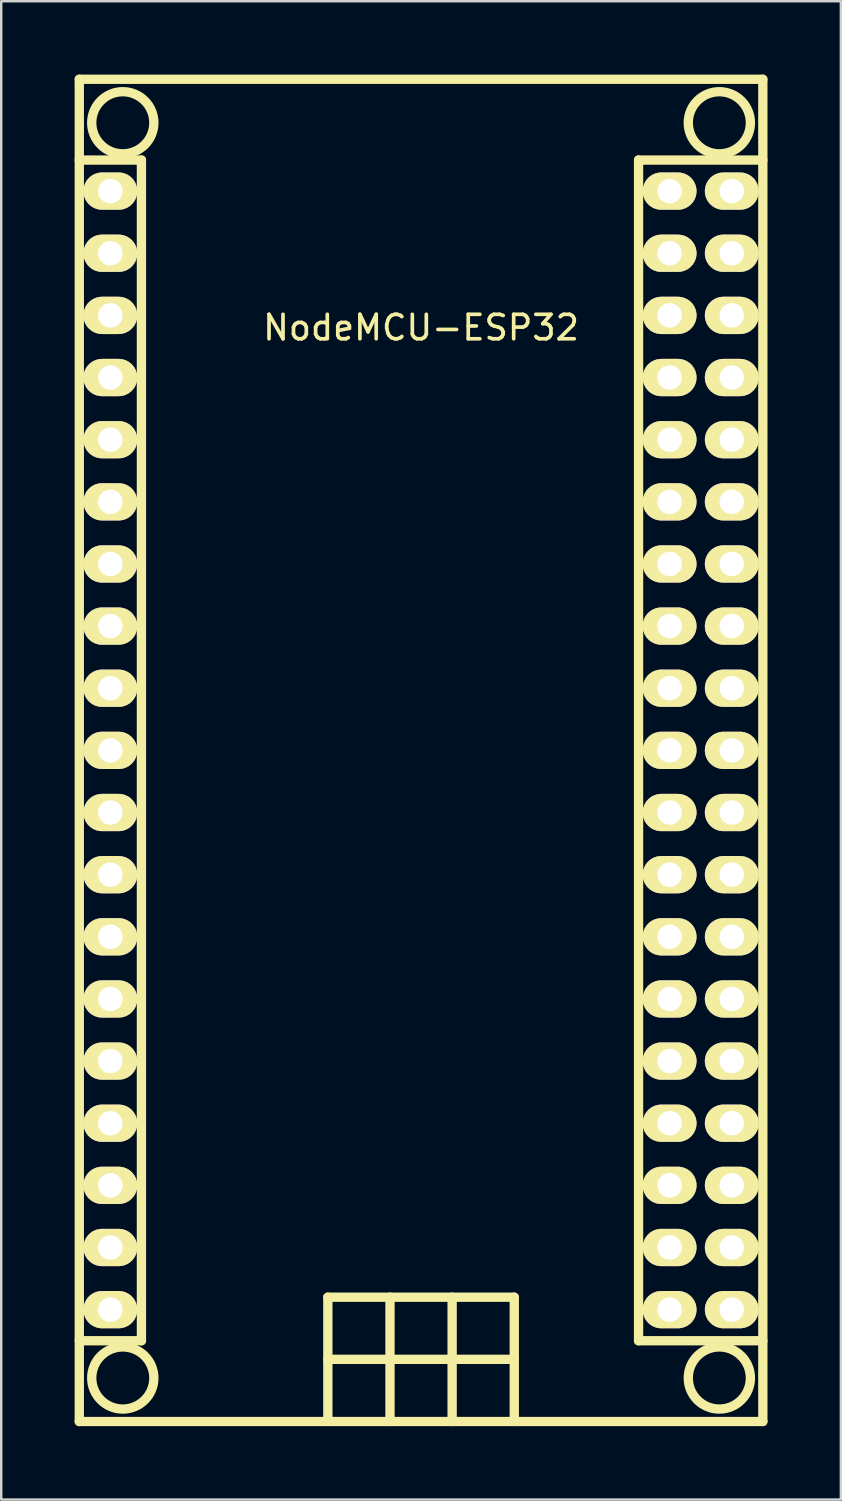
<source format=kicad_pcb>
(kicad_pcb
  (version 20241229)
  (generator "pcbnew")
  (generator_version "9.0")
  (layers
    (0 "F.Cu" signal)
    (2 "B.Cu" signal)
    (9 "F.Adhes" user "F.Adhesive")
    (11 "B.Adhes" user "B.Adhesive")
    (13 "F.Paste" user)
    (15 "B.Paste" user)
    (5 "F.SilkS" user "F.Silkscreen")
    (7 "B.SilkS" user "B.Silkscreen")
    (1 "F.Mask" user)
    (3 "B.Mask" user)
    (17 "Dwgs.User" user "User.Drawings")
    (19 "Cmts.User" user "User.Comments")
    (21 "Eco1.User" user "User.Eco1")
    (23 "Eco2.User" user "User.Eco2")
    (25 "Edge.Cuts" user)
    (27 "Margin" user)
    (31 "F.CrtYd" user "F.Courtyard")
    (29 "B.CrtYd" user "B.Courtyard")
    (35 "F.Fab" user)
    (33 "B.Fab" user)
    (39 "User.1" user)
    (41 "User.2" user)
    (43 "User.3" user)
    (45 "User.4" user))
  (footprint "NodeMCU-ESP32"
    (layer "F.Cu")
    (at 14.161 27.622)
    (property "Reference" "NodeMCU-ESP32" (at 0 -17.28 0) (layer "F.SilkS") (effects (font (size 1 1) (thickness 0.15))))
    (attr through_hole)
    (fp_line (start -13.97 -27.432) (end -13.97 27.432) (stroke (width 0.381) (type solid)) (layer "F.SilkS"))
    (fp_line (start -13.97 24.13) (end -11.43 24.13) (stroke (width 0.381) (type solid)) (layer "F.SilkS"))
    (fp_line (start -13.97 27.432) (end 13.97 27.432) (stroke (width 0.381) (type solid)) (layer "F.SilkS"))
    (fp_line (start -11.43 -24.13) (end -13.97 -24.13) (stroke (width 0.381) (type solid)) (layer "F.SilkS"))
    (fp_line (start -11.43 -23.876) (end -11.43 -24.13) (stroke (width 0.12) (type solid)) (layer "F.SilkS"))
    (fp_line (start -11.43 24.13) (end -11.43 -24.13) (stroke (width 0.381) (type solid)) (layer "F.SilkS"))
    (fp_line (start -3.81 22.352) (end 3.81 22.352) (stroke (width 0.381) (type solid)) (layer "F.SilkS"))
    (fp_line (start -3.81 24.892) (end 3.81 24.892) (stroke (width 0.381) (type solid)) (layer "F.SilkS"))
    (fp_line (start -3.81 27.432) (end -3.81 22.352) (stroke (width 0.381) (type solid)) (layer "F.SilkS"))
    (fp_line (start -1.27 22.352) (end -1.27 27.432) (stroke (width 0.381) (type solid)) (layer "F.SilkS"))
    (fp_line (start 1.27 22.352) (end 1.27 27.432) (stroke (width 0.381) (type solid)) (layer "F.SilkS"))
    (fp_line (start 3.81 22.352) (end 3.81 27.432) (stroke (width 0.381) (type solid)) (layer "F.SilkS"))
    (fp_line (start 8.89 -24.13) (end 8.89 24.13) (stroke (width 0.381) (type solid)) (layer "F.SilkS"))
    (fp_line (start 8.89 24.13) (end 13.97 24.13) (stroke (width 0.381) (type solid)) (layer "F.SilkS"))
    (fp_line (start 13.97 -27.432) (end -13.97 -27.432) (stroke (width 0.381) (type solid)) (layer "F.SilkS"))
    (fp_line (start 13.97 -24.13) (end 8.89 -24.13) (stroke (width 0.381) (type solid)) (layer "F.SilkS"))
    (fp_line (start 13.97 27.432) (end 13.97 -27.432) (stroke (width 0.381) (type solid)) (layer "F.SilkS"))
    (fp_circle (center -12.192 -25.654) (end -10.922 -25.654) (stroke (width 0.381) (type solid)) (fill no) (layer "F.SilkS"))
    (fp_circle (center -12.192 25.654) (end -10.922 25.654) (stroke (width 0.381) (type solid)) (fill no) (layer "F.SilkS"))
    (fp_circle (center 12.192 -25.654) (end 13.462 -25.654) (stroke (width 0.381) (type solid)) (fill no) (layer "F.SilkS"))
    (fp_circle (center 12.192 25.654) (end 13.462 25.654) (stroke (width 0.381) (type solid)) (fill no) (layer "F.SilkS"))
    (pad "1" thru_hole oval (at -12.7 10.16 90) (size 1.524 2.2) (drill 1.001) (layers "*.Cu" "*.Mask" "F.SilkS"))
    (pad "2" thru_hole oval (at -12.7 -22.86 90) (size 1.524 2.2) (drill 1.001) (layers "*.Cu" "*.Mask" "F.SilkS"))
    (pad "3" thru_hole oval (at -12.7 -20.32 90) (size 1.524 2.2) (drill 1.001) (layers "*.Cu" "*.Mask" "F.SilkS"))
    (pad "4" thru_hole oval (at -12.7 -17.78 90) (size 1.524 2.2) (drill 1.001) (layers "*.Cu" "*.Mask" "F.SilkS"))
    (pad "5" thru_hole oval (at -12.7 -15.24 90) (size 1.524 2.2) (drill 1.001) (layers "*.Cu" "*.Mask" "F.SilkS"))
    (pad "6" thru_hole oval (at -12.7 -12.7 90) (size 1.524 2.2) (drill 1.001) (layers "*.Cu" "*.Mask" "F.SilkS"))
    (pad "7" thru_hole oval (at -12.7 -10.16 90) (size 1.524 2.2) (drill 1.001) (layers "*.Cu" "*.Mask" "F.SilkS"))
    (pad "8" thru_hole oval (at -12.7 -7.62 90) (size 1.524 2.2) (drill 1.001) (layers "*.Cu" "*.Mask" "F.SilkS"))
    (pad "9" thru_hole oval (at -12.7 -5.08 90) (size 1.524 2.2) (drill 1.001) (layers "*.Cu" "*.Mask" "F.SilkS"))
    (pad "10" thru_hole oval (at -12.7 -2.54 90) (size 1.524 2.2) (drill 1.001) (layers "*.Cu" "*.Mask" "F.SilkS"))
    (pad "11" thru_hole oval (at -12.7 0 90) (size 1.524 2.2) (drill 1.001) (layers "*.Cu" "*.Mask" "F.SilkS"))
    (pad "12" thru_hole oval (at -12.7 2.54 90) (size 1.524 2.2) (drill 1.001) (layers "*.Cu" "*.Mask" "F.SilkS"))
    (pad "13" thru_hole oval (at -12.7 5.08 90) (size 1.524 2.2) (drill 1.001) (layers "*.Cu" "*.Mask" "F.SilkS"))
    (pad "14" thru_hole oval (at -12.7 7.62 90) (size 1.524 2.2) (drill 1.001) (layers "*.Cu" "*.Mask" "F.SilkS"))
    (pad "15" thru_hole oval (at 10.16 -7.62 90) (size 1.524 2.2) (drill 1.001) (layers "*.Cu" "*.Mask" "F.SilkS"))
    (pad "15" thru_hole oval (at 12.7 -7.62 90) (size 1.524 2.2) (drill 1.001) (layers "*.Cu" "*.Mask" "F.SilkS"))
    (pad "16" thru_hole oval (at -12.7 12.7 90) (size 1.524 2.2) (drill 1.001) (layers "*.Cu" "*.Mask" "F.SilkS"))
    (pad "17" thru_hole oval (at -12.7 15.24 90) (size 1.524 2.2) (drill 1.001) (layers "*.Cu" "*.Mask" "F.SilkS"))
    (pad "18" thru_hole oval (at -12.7 17.78 270) (size 1.524 2.2) (drill 1.001) (layers "*.Cu" "*.Mask" "F.SilkS"))
    (pad "19" thru_hole oval (at -12.7 20.32 90) (size 1.524 2.2) (drill 1.001) (layers "*.Cu" "*.Mask" "F.SilkS"))
    (pad "20" thru_hole oval (at 10.16 22.86 90) (size 1.524 2.2) (drill 1.001) (layers "*.Cu" "*.Mask" "F.SilkS"))
    (pad "20" thru_hole oval (at 12.7 22.86 90) (size 1.524 2.2) (drill 1.001) (layers "*.Cu" "*.Mask" "F.SilkS"))
    (pad "21" thru_hole oval (at 10.16 20.32 90) (size 1.524 2.2) (drill 1.001) (layers "*.Cu" "*.Mask" "F.SilkS"))
    (pad "21" thru_hole oval (at 12.7 20.32 90) (size 1.524 2.2) (drill 1.001) (layers "*.Cu" "*.Mask" "F.SilkS"))
    (pad "22" thru_hole oval (at 10.16 17.78 90) (size 1.524 2.2) (drill 1.001) (layers "*.Cu" "*.Mask" "F.SilkS"))
    (pad "22" thru_hole oval (at 12.7 17.78 90) (size 1.524 2.2) (drill 1.001) (layers "*.Cu" "*.Mask" "F.SilkS"))
    (pad "23" thru_hole oval (at 10.16 15.24 90) (size 1.524 2.2) (drill 1.001) (layers "*.Cu" "*.Mask" "F.SilkS"))
    (pad "23" thru_hole oval (at 12.7 15.24 90) (size 1.524 2.2) (drill 1.001) (layers "*.Cu" "*.Mask" "F.SilkS"))
    (pad "24" thru_hole oval (at 10.16 12.7 90) (size 1.524 2.2) (drill 1.001) (layers "*.Cu" "*.Mask" "F.SilkS"))
    (pad "24" thru_hole oval (at 12.7 12.7 90) (size 1.524 2.2) (drill 1.001) (layers "*.Cu" "*.Mask" "F.SilkS"))
    (pad "25" thru_hole oval (at 10.16 10.16 90) (size 1.524 2.2) (drill 1.001) (layers "*.Cu" "*.Mask" "F.SilkS"))
    (pad "25" thru_hole oval (at 12.7 10.16 90) (size 1.524 2.2) (drill 1.001) (layers "*.Cu" "*.Mask" "F.SilkS"))
    (pad "26" thru_hole oval (at 10.16 7.62 90) (size 1.524 2.2) (drill 1.001) (layers "*.Cu" "*.Mask" "F.SilkS"))
    (pad "26" thru_hole oval (at 12.7 7.62 90) (size 1.524 2.2) (drill 1.001) (layers "*.Cu" "*.Mask" "F.SilkS"))
    (pad "27" thru_hole oval (at 10.16 5.08 90) (size 1.524 2.2) (drill 1.001) (layers "*.Cu" "*.Mask" "F.SilkS"))
    (pad "27" thru_hole oval (at 12.7 5.08 90) (size 1.524 2.2) (drill 1.001) (layers "*.Cu" "*.Mask" "F.SilkS"))
    (pad "28" thru_hole oval (at 10.16 2.54 90) (size 1.524 2.2) (drill 1.001) (layers "*.Cu" "*.Mask" "F.SilkS"))
    (pad "28" thru_hole oval (at 12.7 2.54 90) (size 1.524 2.2) (drill 1.001) (layers "*.Cu" "*.Mask" "F.SilkS"))
    (pad "29" thru_hole oval (at 10.16 0 90) (size 1.524 2.2) (drill 1.001) (layers "*.Cu" "*.Mask" "F.SilkS"))
    (pad "29" thru_hole oval (at 12.7 0 90) (size 1.524 2.2) (drill 1.001) (layers "*.Cu" "*.Mask" "F.SilkS"))
    (pad "30" thru_hole oval (at 10.16 -2.54 90) (size 1.524 2.2) (drill 1.001) (layers "*.Cu" "*.Mask" "F.SilkS"))
    (pad "30" thru_hole oval (at 12.7 -2.54 90) (size 1.524 2.2) (drill 1.001) (layers "*.Cu" "*.Mask" "F.SilkS"))
    (pad "31" thru_hole oval (at 10.16 -5.08 90) (size 1.524 2.2) (drill 1.001) (layers "*.Cu" "*.Mask" "F.SilkS"))
    (pad "31" thru_hole oval (at 12.7 -5.08 90) (size 1.524 2.2) (drill 1.001) (layers "*.Cu" "*.Mask" "F.SilkS"))
    (pad "32" thru_hole oval (at -12.7 22.86 90) (size 1.524 2.2) (drill 1.001) (layers "*.Cu" "*.Mask" "F.SilkS"))
    (pad "33" thru_hole oval (at 10.16 -10.16 90) (size 1.524 2.2) (drill 1.001) (layers "*.Cu" "*.Mask" "F.SilkS"))
    (pad "33" thru_hole oval (at 12.7 -10.16 90) (size 1.524 2.2) (drill 1.001) (layers "*.Cu" "*.Mask" "F.SilkS"))
    (pad "34" thru_hole oval (at 10.16 -12.7 90) (size 1.524 2.2) (drill 1.001) (layers "*.Cu" "*.Mask" "F.SilkS"))
    (pad "34" thru_hole oval (at 12.7 -12.7 90) (size 1.524 2.2) (drill 1.001) (layers "*.Cu" "*.Mask" "F.SilkS"))
    (pad "35" thru_hole oval (at 10.16 -15.24 90) (size 1.524 2.2) (drill 1.001) (layers "*.Cu" "*.Mask" "F.SilkS"))
    (pad "35" thru_hole oval (at 12.7 -15.24 90) (size 1.524 2.2) (drill 1.001) (layers "*.Cu" "*.Mask" "F.SilkS"))
    (pad "36" thru_hole oval (at 10.16 -17.78 90) (size 1.524 2.2) (drill 1.001) (layers "*.Cu" "*.Mask" "F.SilkS"))
    (pad "36" thru_hole oval (at 12.7 -17.78 90) (size 1.524 2.2) (drill 1.001) (layers "*.Cu" "*.Mask" "F.SilkS"))
    (pad "37" thru_hole oval (at 10.16 -20.32 90) (size 1.524 2.2) (drill 1.001) (layers "*.Cu" "*.Mask" "F.SilkS"))
    (pad "37" thru_hole oval (at 12.7 -20.32 90) (size 1.524 2.2) (drill 1.001) (layers "*.Cu" "*.Mask" "F.SilkS"))
    (pad "38" thru_hole oval (at 10.16 -22.86 90) (size 1.524 2.2) (drill 1.001) (layers "*.Cu" "*.Mask" "F.SilkS"))
    (pad "38" thru_hole oval (at 12.7 -22.86 90) (size 1.524 2.2) (drill 1.001) (layers "*.Cu" "*.Mask" "F.SilkS")))
  (gr_rect
    (start -3 -3)
    (end 31.321 58.245)
    (stroke (width 0.1) (type default))
    (fill no)
    (layer "Edge.Cuts")))
</source>
